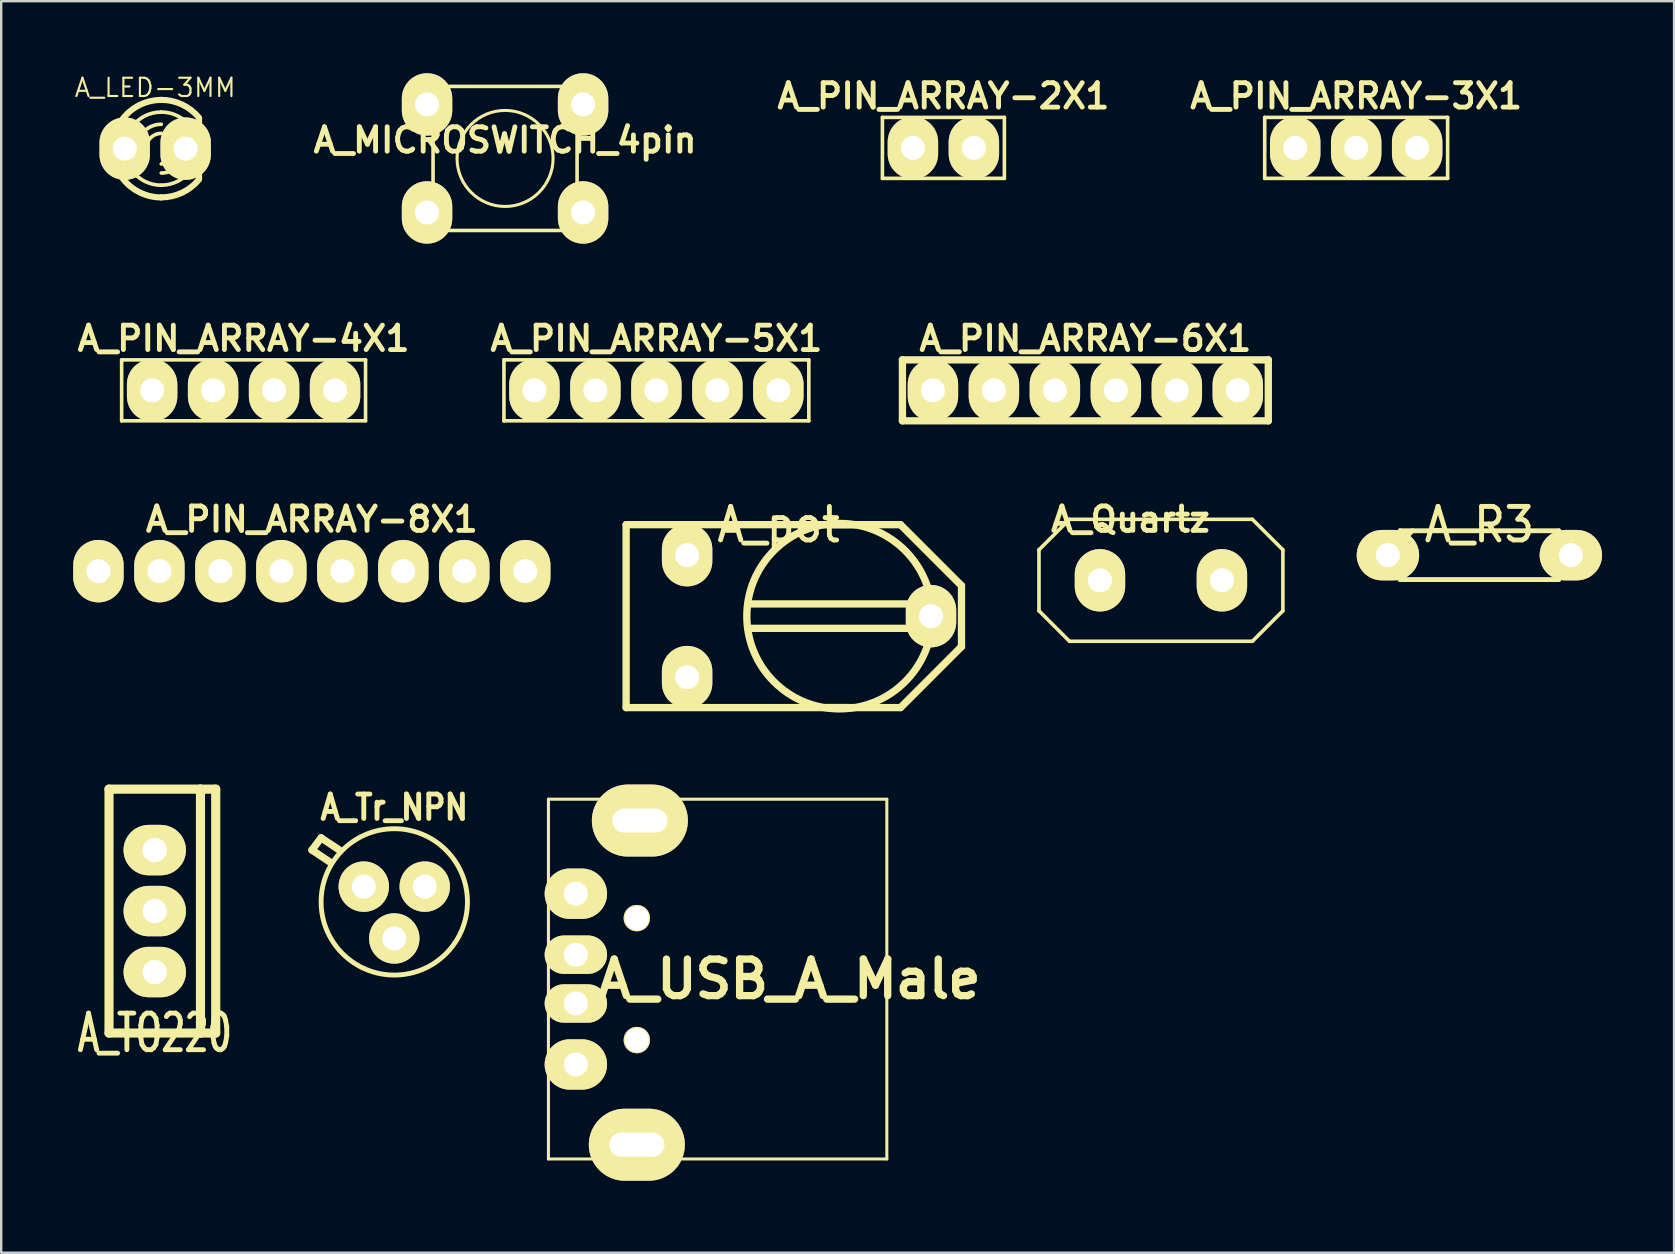
<source format=kicad_pcb>
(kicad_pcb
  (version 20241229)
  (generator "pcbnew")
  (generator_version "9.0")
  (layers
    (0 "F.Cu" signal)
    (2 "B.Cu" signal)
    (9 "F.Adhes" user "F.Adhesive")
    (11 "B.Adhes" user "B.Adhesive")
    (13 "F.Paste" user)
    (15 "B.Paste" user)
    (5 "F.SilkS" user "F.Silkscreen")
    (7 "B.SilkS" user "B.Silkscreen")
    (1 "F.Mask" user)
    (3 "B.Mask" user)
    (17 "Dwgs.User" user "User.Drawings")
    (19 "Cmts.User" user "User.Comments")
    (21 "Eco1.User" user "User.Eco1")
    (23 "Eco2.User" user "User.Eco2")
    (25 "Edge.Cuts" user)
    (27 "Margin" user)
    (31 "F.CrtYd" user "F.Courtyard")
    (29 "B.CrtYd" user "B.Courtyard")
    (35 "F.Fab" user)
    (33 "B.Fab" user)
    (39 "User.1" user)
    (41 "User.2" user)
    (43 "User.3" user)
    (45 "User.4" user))
  (footprint "A_LED-3MM"
    (layer "F.Cu")
    (at 3.414 3.142)
    (property "Reference" "A_LED-3MM" (at 0 -2.54 0) (layer "F.SilkS") (effects (font (size 0.762 0.762) (thickness 0.089))))
    (attr through_hole)
    (fp_line (start 1.829 1.27) (end 1.829 -1.27) (stroke (width 0.254) (type solid)) (layer "F.SilkS"))
    (fp_arc (start -1.778 0) (mid -1.716347 -0.496745) (end -1.53513 -0.963347) (stroke (width 0.254) (type solid)) (layer "F.SilkS"))
    (fp_arc (start -1.5367 -0.95504) (mid -0.790567 -1.739997) (end 0.253025 -2.02946) (stroke (width 0.254) (type solid)) (layer "F.SilkS"))
    (fp_arc (start -1.47574 1.06426) (mid -1.700164 0.553076) (end -1.776923 0.0001) (stroke (width 0.254) (type solid)) (layer "F.SilkS"))
    (fp_arc (start -1.27 0) (mid -1.178999 -0.518738) (end -0.916864 -0.975527) (stroke (width 0.1524) (type solid)) (layer "F.SilkS"))
    (fp_arc (start -0.9652 -0.9144) (mid -0.427912 -1.362928) (end 0.253199 -1.524) (stroke (width 0.1524) (type solid)) (layer "F.SilkS"))
    (fp_arc (start -0.88392 1.01092) (mid -1.168742 0.540951) (end -1.268111 0.000469) (stroke (width 0.1524) (type solid)) (layer "F.SilkS"))
    (fp_arc (start -0.762 0) (mid -0.46442 -0.71842) (end 0.254 -1.016) (stroke (width 0.1524) (type solid)) (layer "F.SilkS"))
    (fp_arc (start -0.381 0) (mid -0.195013 -0.449013) (end 0.254 -0.635) (stroke (width 0.1524) (type solid)) (layer "F.SilkS"))
    (fp_arc (start 0.254 -2.032) (mid 1.114367 -1.840867) (end 1.81288 -1.303426) (stroke (width 0.254) (type solid)) (layer "F.SilkS"))
    (fp_arc (start 0.254 -1.524) (mid 0.950618 -1.35547) (end 1.493166 -0.887155) (stroke (width 0.1524) (type solid)) (layer "F.SilkS"))
    (fp_arc (start 0.254 1.524) (mid -0.415273 1.369179) (end -0.948564 0.936171) (stroke (width 0.1524) (type solid)) (layer "F.SilkS"))
    (fp_arc (start 0.254 2.032) (mid -0.76507 1.757988) (end -1.509299 1.009851) (stroke (width 0.254) (type solid)) (layer "F.SilkS"))
    (fp_arc (start 0.889 0) (mid 0.703013 0.449013) (end 0.254 0.635) (stroke (width 0.1524) (type solid)) (layer "F.SilkS"))
    (fp_arc (start 1.27 0) (mid 0.97242 0.71842) (end 0.254 1.016) (stroke (width 0.1524) (type solid)) (layer "F.SilkS"))
    (fp_arc (start 1.4097 -0.9906) (mid 1.681593 -0.528119) (end 1.776147 -0.000034) (stroke (width 0.1524) (type solid)) (layer "F.SilkS"))
    (fp_arc (start 1.45542 0.93472) (mid 0.922882 1.367373) (end 0.254442 1.522206) (stroke (width 0.1524) (type solid)) (layer "F.SilkS"))
    (fp_arc (start 1.778 0) (mid 1.686999 0.518738) (end 1.424864 0.975527) (stroke (width 0.1524) (type solid)) (layer "F.SilkS"))
    (fp_arc (start 1.8034 1.31064) (mid 1.109154 1.840416) (end 0.256552 2.029387) (stroke (width 0.254) (type solid)) (layer "F.SilkS"))
    (pad "1" thru_hole oval (at -1.27 0) (size 2.1 2.6) (drill 1) (layers "*.Cu" "*.Mask" "F.SilkS"))
    (pad "2" thru_hole oval (at 1.27 0) (size 2.1 2.6) (drill 1) (layers "*.Cu" "*.Mask" "F.SilkS")))
  (footprint "A_PIN_ARRAY-6X1"
    (layer "F.Cu")
    (at 42.162 13.21)
    (property "Reference" "A_PIN_ARRAY-6X1" (at 0 -2.159 0) (layer "F.SilkS") (effects (font (size 1.016 1.016) (thickness 0.203))))
    (attr through_hole)
    (fp_line (start -7.62 -1.27) (end 7.62 -1.27) (stroke (width 0.305) (type solid)) (layer "F.SilkS"))
    (fp_line (start -7.62 1.27) (end -7.62 -1.27) (stroke (width 0.305) (type solid)) (layer "F.SilkS"))
    (fp_line (start 7.62 -1.27) (end 7.62 1.27) (stroke (width 0.305) (type solid)) (layer "F.SilkS"))
    (fp_line (start 7.62 1.27) (end -7.62 1.27) (stroke (width 0.305) (type solid)) (layer "F.SilkS"))
    (pad "1" thru_hole oval (at -6.35 0) (size 2.1 2.6) (drill 1) (layers "*.Cu" "*.Mask" "F.SilkS"))
    (pad "2" thru_hole oval (at -3.81 0) (size 2.1 2.6) (drill 1) (layers "*.Cu" "*.Mask" "F.SilkS"))
    (pad "3" thru_hole oval (at -1.27 0) (size 2.1 2.6) (drill 1) (layers "*.Cu" "*.Mask" "F.SilkS"))
    (pad "4" thru_hole oval (at 1.27 0) (size 2.1 2.6) (drill 1) (layers "*.Cu" "*.Mask" "F.SilkS"))
    (pad "5" thru_hole oval (at 3.81 0) (size 2.1 2.6) (drill 1) (layers "*.Cu" "*.Mask" "F.SilkS"))
    (pad "6" thru_hole oval (at 6.35 0) (size 2.1 2.6) (drill 1) (layers "*.Cu" "*.Mask" "F.SilkS")))
  (footprint "A_USB_A_Male"
    (layer "F.Cu")
    (at 20.938 37.735)
    (property "Reference" "A_USB_A_Male" (at 8.89 0 0) (layer "F.SilkS") (effects (font (size 1.524 1.524) (thickness 0.305))))
    (attr through_hole)
    (fp_line (start -1.143 -7.493) (end -1.143 7.493) (stroke (width 0.127) (type solid)) (layer "F.SilkS"))
    (fp_line (start -1.143 -7.493) (end 12.954 -7.493) (stroke (width 0.127) (type solid)) (layer "F.SilkS"))
    (fp_line (start 12.954 -7.493) (end 12.954 7.493) (stroke (width 0.127) (type solid)) (layer "F.SilkS"))
    (fp_line (start 12.954 7.493) (end -1.143 7.493) (stroke (width 0.127) (type solid)) (layer "F.SilkS"))
    (pad "" thru_hole circle (at 2.54 -2.54) (size 1.1 1.1) (drill 1) (layers "*.Cu" "*.Mask" "F.SilkS"))
    (pad "" thru_hole circle (at 2.54 2.54) (size 1.1 1.1) (drill 1) (layers "*.Cu" "*.Mask" "F.SilkS"))
    (pad "1" thru_hole oval (at 0 -3.556) (size 2.6 2.1) (drill 1) (layers "*.Cu" "*.Mask" "F.SilkS"))
    (pad "2" thru_hole oval (at 0 -1.016) (size 2.6 1.6) (drill 1) (layers "*.Cu" "*.Mask" "F.SilkS"))
    (pad "3" thru_hole oval (at 0 1.016) (size 2.6 1.6) (drill 1) (layers "*.Cu" "*.Mask" "F.SilkS"))
    (pad "4" thru_hole oval (at 0 3.556) (size 2.6 2.1) (drill 1) (layers "*.Cu" "*.Mask" "F.SilkS"))
    (pad "5" thru_hole oval (at 2.54 6.9) (size 4 3) (drill oval 2.3 1) (layers "*.Cu" "*.Mask" "F.SilkS"))
    (pad "6" thru_hole oval (at 2.667 -6.604) (size 4 3) (drill oval 2.3 1) (layers "*.Cu" "*.Mask" "F.SilkS")))
  (footprint "A_PIN_ARRAY-2X1"
    (layer "F.Cu")
    (at 36.248 3.11)
    (property "Reference" "A_PIN_ARRAY-2X1" (at 0 -2.159 0) (layer "F.SilkS") (effects (font (size 1.016 1.016) (thickness 0.203))))
    (attr through_hole)
    (fp_line (start -2.54 -1.27) (end 2.54 -1.27) (stroke (width 0.15) (type solid)) (layer "F.SilkS"))
    (fp_line (start -2.54 1.27) (end -2.54 -1.27) (stroke (width 0.15) (type solid)) (layer "F.SilkS"))
    (fp_line (start 2.54 -1.27) (end 2.54 1.27) (stroke (width 0.15) (type solid)) (layer "F.SilkS"))
    (fp_line (start 2.54 1.27) (end -2.54 1.27) (stroke (width 0.15) (type solid)) (layer "F.SilkS"))
    (pad "1" thru_hole oval (at -1.27 0) (size 2.1 2.6) (drill 1) (layers "*.Cu" "*.Mask" "F.SilkS"))
    (pad "2" thru_hole oval (at 1.27 0) (size 2.1 2.6) (drill 1) (layers "*.Cu" "*.Mask" "F.SilkS")))
  (footprint "A_TO220"
    (layer "F.Cu")
    (at 3.396 34.902)
    (property "Reference" "A_TO220" (at 0 5.08 0) (layer "F.SilkS") (effects (font (size 1.524 1.016) (thickness 0.203))))
    (attr through_hole)
    (fp_line (start -1.905 -5.08) (end 1.905 -5.08) (stroke (width 0.381) (type solid)) (layer "F.SilkS"))
    (fp_line (start -1.905 5.08) (end -1.905 -5.08) (stroke (width 0.381) (type solid)) (layer "F.SilkS"))
    (fp_line (start 1.905 -5.08) (end 1.905 5.08) (stroke (width 0.381) (type solid)) (layer "F.SilkS"))
    (fp_line (start 1.905 -5.08) (end 2.54 -5.08) (stroke (width 0.381) (type solid)) (layer "F.SilkS"))
    (fp_line (start 1.905 5.08) (end -1.905 5.08) (stroke (width 0.381) (type solid)) (layer "F.SilkS"))
    (fp_line (start 2.54 -5.08) (end 2.54 5.08) (stroke (width 0.381) (type solid)) (layer "F.SilkS"))
    (fp_line (start 2.54 5.08) (end 1.905 5.08) (stroke (width 0.381) (type solid)) (layer "F.SilkS"))
    (pad "1" thru_hole oval (at 0 -2.54) (size 2.6 2.1) (drill 1.016) (layers "*.Cu" "*.Mask" "F.SilkS"))
    (pad "2" thru_hole oval (at 0 0) (size 2.6 2.1) (drill 1.016) (layers "*.Cu" "*.Mask" "F.SilkS"))
    (pad "3" thru_hole oval (at 0 2.54) (size 2.6 2.1) (drill 1.016) (layers "*.Cu" "*.Mask" "F.SilkS")))
  (footprint "A_R3"
    (layer "F.Cu")
    (at 58.575 20.076)
    (property "Reference" "A_R3" (at 0 -1.27 0) (layer "F.SilkS") (effects (font (size 1.397 1.27) (thickness 0.203))))
    (attr through_hole)
    (fp_line (start -3.81 0) (end -3.302 0) (stroke (width 0.203) (type solid)) (layer "F.SilkS"))
    (fp_line (start -3.302 -1.016) (end -3.302 1.016) (stroke (width 0.203) (type solid)) (layer "F.SilkS"))
    (fp_line (start -3.302 -0.508) (end -2.794 -1.016) (stroke (width 0.203) (type solid)) (layer "F.SilkS"))
    (fp_line (start -3.302 1.016) (end 3.302 1.016) (stroke (width 0.203) (type solid)) (layer "F.SilkS"))
    (fp_line (start 3.302 -1.016) (end -3.302 -1.016) (stroke (width 0.203) (type solid)) (layer "F.SilkS"))
    (fp_line (start 3.302 0) (end 3.302 -1.016) (stroke (width 0.203) (type solid)) (layer "F.SilkS"))
    (fp_line (start 3.302 1.016) (end 3.302 0) (stroke (width 0.203) (type solid)) (layer "F.SilkS"))
    (fp_line (start 3.81 0) (end 3.302 0) (stroke (width 0.203) (type solid)) (layer "F.SilkS"))
    (pad "1" thru_hole oval (at -3.81 0) (size 2.6 2.1) (drill 1) (layers "*.Cu" "*.Mask" "F.SilkS"))
    (pad "2" thru_hole oval (at 3.81 0) (size 2.6 2.1) (drill 1) (layers "*.Cu" "*.Mask" "F.SilkS")))
  (footprint "A_PIN_ARRAY-8X1"
    (layer "F.Cu")
    (at 9.94 20.742)
    (property "Reference" "A_PIN_ARRAY-8X1" (at 0 -2.159 0) (layer "F.SilkS") (effects (font (size 1.016 1.016) (thickness 0.203))))
    (attr through_hole)
    (pad "1" thru_hole oval (at -8.89 0) (size 2.1 2.6) (drill 1) (layers "*.Cu" "*.Mask" "F.SilkS"))
    (pad "2" thru_hole oval (at -6.35 0) (size 2.1 2.6) (drill 1) (layers "*.Cu" "*.Mask" "F.SilkS"))
    (pad "3" thru_hole oval (at -3.81 0) (size 2.1 2.6) (drill 1) (layers "*.Cu" "*.Mask" "F.SilkS"))
    (pad "4" thru_hole oval (at -1.27 0) (size 2.1 2.6) (drill 1) (layers "*.Cu" "*.Mask" "F.SilkS"))
    (pad "5" thru_hole oval (at 1.27 0) (size 2.1 2.6) (drill 1) (layers "*.Cu" "*.Mask" "F.SilkS"))
    (pad "6" thru_hole oval (at 3.81 0) (size 2.1 2.6) (drill 1) (layers "*.Cu" "*.Mask" "F.SilkS"))
    (pad "7" thru_hole oval (at 6.35 0) (size 2.1 2.6) (drill 1) (layers "*.Cu" "*.Mask" "F.SilkS"))
    (pad "8" thru_hole oval (at 8.89 0) (size 2.1 2.6) (drill 1) (layers "*.Cu" "*.Mask" "F.SilkS")))
  (footprint "A_Tr_NPN"
    (layer "F.Cu")
    (at 13.374 34.392)
    (property "Reference" "A_Tr_NPN" (at 0 -3.81 0) (layer "F.SilkS") (effects (font (size 1.016 0.889) (thickness 0.203))))
    (attr through_hole)
    (fp_line (start -3.429 -2.032) (end -3.048 -2.54) (stroke (width 0.305) (type solid)) (layer "F.SilkS"))
    (fp_line (start -3.048 -2.54) (end -2.286 -2.032) (stroke (width 0.305) (type solid)) (layer "F.SilkS"))
    (fp_line (start -2.667 -1.524) (end -3.429 -2.032) (stroke (width 0.305) (type solid)) (layer "F.SilkS"))
    (fp_circle (center 0 0.127) (end -3.048 0.127) (stroke (width 0.203) (type solid)) (fill no) (layer "F.SilkS"))
    (pad "1" thru_hole circle (at -1.27 -0.508) (size 2.1 2.1) (drill 1) (layers "*.Cu" "*.Mask" "F.SilkS"))
    (pad "2" thru_hole circle (at 0 1.651) (size 2.1 2.1) (drill 1) (layers "*.Cu" "*.Mask" "F.SilkS"))
    (pad "3" thru_hole circle (at 1.27 -0.508) (size 2.1 2.1) (drill 1) (layers "*.Cu" "*.Mask" "F.SilkS")))
  (footprint "A_PIN_ARRAY-4X1"
    (layer "F.Cu")
    (at 7.097 13.21)
    (property "Reference" "A_PIN_ARRAY-4X1" (at 0 -2.159 0) (layer "F.SilkS") (effects (font (size 1.016 1.016) (thickness 0.203))))
    (attr through_hole)
    (fp_line (start -5.08 -1.27) (end 5.08 -1.27) (stroke (width 0.15) (type solid)) (layer "F.SilkS"))
    (fp_line (start -5.08 1.27) (end -5.08 -1.27) (stroke (width 0.15) (type solid)) (layer "F.SilkS"))
    (fp_line (start 5.08 -1.27) (end 5.08 1.27) (stroke (width 0.15) (type solid)) (layer "F.SilkS"))
    (fp_line (start 5.08 1.27) (end -5.08 1.27) (stroke (width 0.15) (type solid)) (layer "F.SilkS"))
    (pad "1" thru_hole oval (at -3.81 0) (size 2.1 2.6) (drill 1) (layers "*.Cu" "*.Mask" "F.SilkS"))
    (pad "2" thru_hole oval (at -1.27 0) (size 2.1 2.6) (drill 1) (layers "*.Cu" "*.Mask" "F.SilkS"))
    (pad "3" thru_hole oval (at 1.27 0) (size 2.1 2.6) (drill 1) (layers "*.Cu" "*.Mask" "F.SilkS"))
    (pad "4" thru_hole oval (at 3.81 0) (size 2.1 2.6) (drill 1) (layers "*.Cu" "*.Mask" "F.SilkS")))
  (footprint "A_PIN_ARRAY-3X1"
    (layer "F.Cu")
    (at 53.443 3.11)
    (property "Reference" "A_PIN_ARRAY-3X1" (at 0 -2.159 0) (layer "F.SilkS") (effects (font (size 1.016 1.016) (thickness 0.203))))
    (attr through_hole)
    (fp_line (start -3.81 -1.27) (end 3.81 -1.27) (stroke (width 0.15) (type solid)) (layer "F.SilkS"))
    (fp_line (start -3.81 1.27) (end -3.81 -1.27) (stroke (width 0.15) (type solid)) (layer "F.SilkS"))
    (fp_line (start 3.81 -1.27) (end 3.81 1.27) (stroke (width 0.15) (type solid)) (layer "F.SilkS"))
    (fp_line (start 3.81 1.27) (end -3.81 1.27) (stroke (width 0.15) (type solid)) (layer "F.SilkS"))
    (pad "1" thru_hole oval (at -2.54 0) (size 2.1 2.6) (drill 1) (layers "*.Cu" "*.Mask" "F.SilkS"))
    (pad "2" thru_hole oval (at 0 0) (size 2.1 2.6) (drill 1) (layers "*.Cu" "*.Mask" "F.SilkS"))
    (pad "3" thru_hole oval (at 2.54 0) (size 2.1 2.6) (drill 1) (layers "*.Cu" "*.Mask" "F.SilkS")))
  (footprint "A_Quartz"
    (layer "F.Cu")
    (at 44.04 21.123)
    (property "Reference" "A_Quartz" (at 0 -2.54 0) (layer "F.SilkS") (effects (font (size 1.016 1.016) (thickness 0.203))))
    (attr through_hole)
    (fp_line (start -3.81 -1.27) (end -3.81 1.27) (stroke (width 0.15) (type solid)) (layer "F.SilkS"))
    (fp_line (start -3.81 1.27) (end -2.54 2.54) (stroke (width 0.15) (type solid)) (layer "F.SilkS"))
    (fp_line (start -2.54 -2.54) (end -3.81 -1.27) (stroke (width 0.15) (type solid)) (layer "F.SilkS"))
    (fp_line (start -2.54 2.54) (end 5.08 2.54) (stroke (width 0.15) (type solid)) (layer "F.SilkS"))
    (fp_line (start 5.08 -2.54) (end -2.54 -2.54) (stroke (width 0.15) (type solid)) (layer "F.SilkS"))
    (fp_line (start 5.08 2.54) (end 6.35 1.27) (stroke (width 0.15) (type solid)) (layer "F.SilkS"))
    (fp_line (start 6.35 -1.27) (end 5.08 -2.54) (stroke (width 0.15) (type solid)) (layer "F.SilkS"))
    (fp_line (start 6.35 1.27) (end 6.35 -1.27) (stroke (width 0.15) (type solid)) (layer "F.SilkS"))
    (pad "1" thru_hole oval (at -1.27 0) (size 2.1 2.6) (drill 1) (layers "*.Cu" "*.Mask" "F.SilkS"))
    (pad "2" thru_hole oval (at 3.81 0) (size 2.1 2.6) (drill 1) (layers "*.Cu" "*.Mask" "F.SilkS")))
  (footprint "A_MICROSWITCH_4pin"
    (layer "F.Cu")
    (at 17.989 3.55)
    (property "Reference" "A_MICROSWITCH_4pin" (at 0 -0.762 0) (layer "F.SilkS") (effects (font (size 1.016 1.016) (thickness 0.203))))
    (attr through_hole)
    (fp_line (start -3 -3) (end -3 3) (stroke (width 0.15) (type solid)) (layer "F.SilkS"))
    (fp_line (start -3 3) (end 3 3) (stroke (width 0.15) (type solid)) (layer "F.SilkS"))
    (fp_line (start 3 -3) (end -3 -3) (stroke (width 0.15) (type solid)) (layer "F.SilkS"))
    (fp_line (start 3 3) (end 3 -3) (stroke (width 0.15) (type solid)) (layer "F.SilkS"))
    (fp_circle (center 0 0) (end 0 -2) (stroke (width 0.127) (type solid)) (fill no) (layer "F.SilkS"))
    (pad "1" thru_hole oval (at -3.25 -2.25) (size 2.1 2.6) (drill 1) (layers "*.Cu" "*.Mask" "F.SilkS"))
    (pad "2" thru_hole oval (at 3.25 -2.25) (size 2.1 2.6) (drill 1) (layers "*.Cu" "*.Mask" "F.SilkS"))
    (pad "3" thru_hole oval (at -3.25 2.25) (size 2.1 2.6) (drill 1) (layers "*.Cu" "*.Mask" "F.SilkS"))
    (pad "4" thru_hole oval (at 3.25 2.25) (size 2.1 2.6) (drill 1) (layers "*.Cu" "*.Mask" "F.SilkS")))
  (footprint "A_PIN_ARRAY-5X1"
    (layer "F.Cu")
    (at 24.292 13.21)
    (property "Reference" "A_PIN_ARRAY-5X1" (at 0 -2.159 0) (layer "F.SilkS") (effects (font (size 1.016 1.016) (thickness 0.203))))
    (attr through_hole)
    (fp_line (start -6.35 -1.27) (end 6.35 -1.27) (stroke (width 0.15) (type solid)) (layer "F.SilkS"))
    (fp_line (start -6.35 1.27) (end -6.35 -1.27) (stroke (width 0.15) (type solid)) (layer "F.SilkS"))
    (fp_line (start 6.35 -1.27) (end 6.35 1.27) (stroke (width 0.15) (type solid)) (layer "F.SilkS"))
    (fp_line (start 6.35 1.27) (end -6.35 1.27) (stroke (width 0.15) (type solid)) (layer "F.SilkS"))
    (pad "1" thru_hole oval (at -5.08 0) (size 2.1 2.6) (drill 1) (layers "*.Cu" "*.Mask" "F.SilkS"))
    (pad "2" thru_hole oval (at -2.54 0) (size 2.1 2.6) (drill 1) (layers "*.Cu" "*.Mask" "F.SilkS"))
    (pad "3" thru_hole oval (at 0 0) (size 2.1 2.6) (drill 1) (layers "*.Cu" "*.Mask" "F.SilkS"))
    (pad "4" thru_hole oval (at 2.54 0) (size 2.1 2.6) (drill 1) (layers "*.Cu" "*.Mask" "F.SilkS"))
    (pad "5" thru_hole oval (at 5.08 0) (size 2.1 2.6) (drill 1) (layers "*.Cu" "*.Mask" "F.SilkS")))
  (footprint "A_pot"
    (layer "F.Cu")
    (at 30.652 22.616)
    (property "Reference" "A_pot" (at -1.27 -3.81 0) (layer "F.SilkS") (effects (font (size 1.397 1.27) (thickness 0.203))))
    (attr through_hole)
    (fp_line (start -7.62 -3.81) (end 3.81 -3.81) (stroke (width 0.305) (type solid)) (layer "F.SilkS"))
    (fp_line (start -7.62 3.81) (end -7.62 -3.81) (stroke (width 0.305) (type solid)) (layer "F.SilkS"))
    (fp_line (start -2.54 -0.508) (end 4.953 -0.508) (stroke (width 0.305) (type solid)) (layer "F.SilkS"))
    (fp_line (start -2.54 0.508) (end 4.953 0.508) (stroke (width 0.305) (type solid)) (layer "F.SilkS"))
    (fp_line (start 0.762 -3.81) (end 1.905 -3.81) (stroke (width 0.305) (type solid)) (layer "F.SilkS"))
    (fp_line (start 1.651 3.81) (end 0.762 3.81) (stroke (width 0.305) (type solid)) (layer "F.SilkS"))
    (fp_line (start 3.81 -3.81) (end 6.35 -1.27) (stroke (width 0.305) (type solid)) (layer "F.SilkS"))
    (fp_line (start 3.81 3.81) (end -7.62 3.81) (stroke (width 0.305) (type solid)) (layer "F.SilkS"))
    (fp_line (start 6.35 -1.27) (end 6.35 1.27) (stroke (width 0.305) (type solid)) (layer "F.SilkS"))
    (fp_line (start 6.35 1.27) (end 3.81 3.81) (stroke (width 0.305) (type solid)) (layer "F.SilkS"))
    (fp_circle (center 1.27 0) (end -2.54 -0.635) (stroke (width 0.305) (type solid)) (fill no) (layer "F.SilkS"))
    (pad "1" thru_hole oval (at -5.08 -2.54) (size 2.1 2.6) (drill 1) (layers "*.Cu" "*.Mask" "F.SilkS"))
    (pad "2" thru_hole oval (at 5.08 0) (size 2.1 2.6) (drill 1) (layers "*.Cu" "*.Mask" "F.SilkS"))
    (pad "3" thru_hole oval (at -5.08 2.54) (size 2.1 2.6) (drill 1) (layers "*.Cu" "*.Mask" "F.SilkS")))
  (gr_rect
    (start -3 -3)
    (end 66.685 49.135)
    (stroke (width 0.1) (type default))
    (fill no)
    (layer "Edge.Cuts")))
</source>
